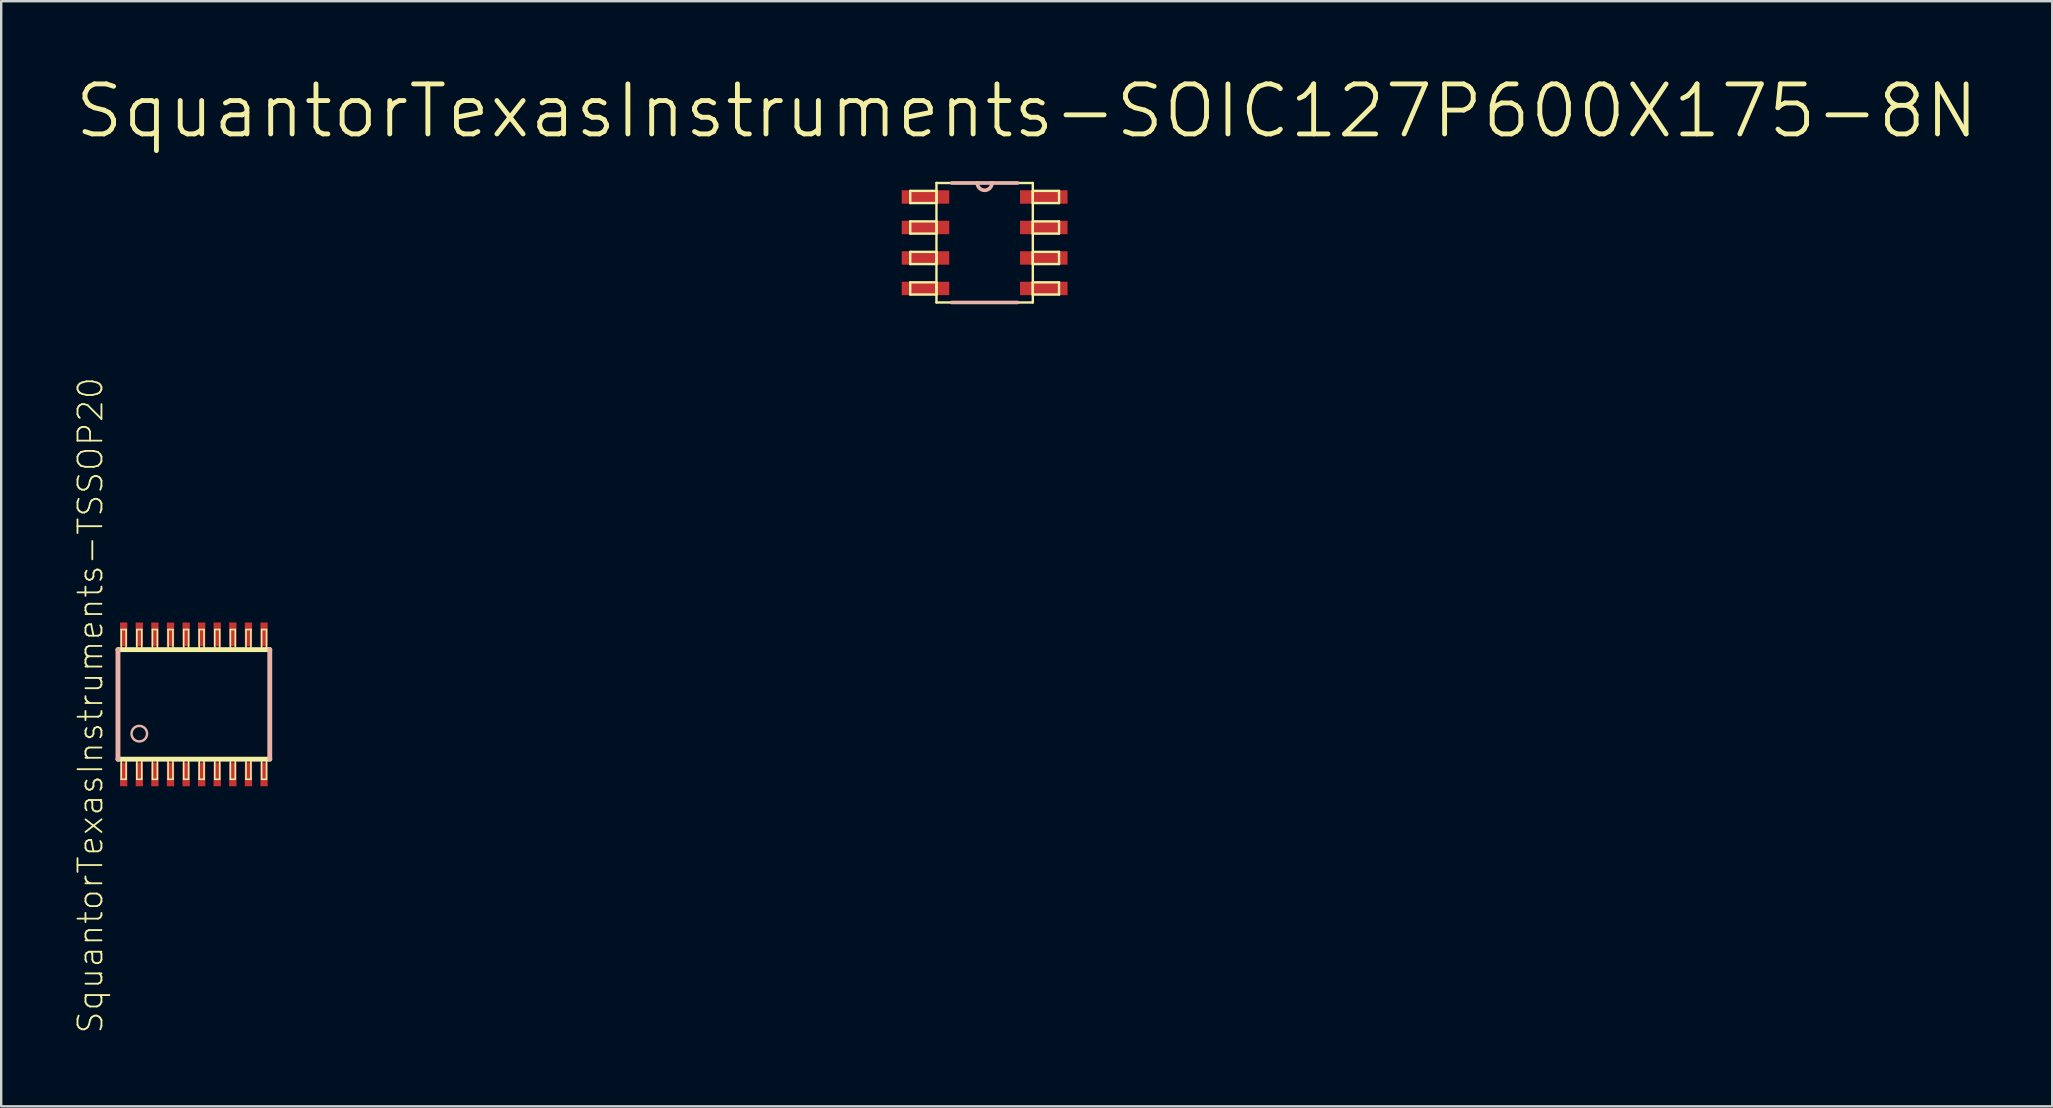
<source format=kicad_pcb>
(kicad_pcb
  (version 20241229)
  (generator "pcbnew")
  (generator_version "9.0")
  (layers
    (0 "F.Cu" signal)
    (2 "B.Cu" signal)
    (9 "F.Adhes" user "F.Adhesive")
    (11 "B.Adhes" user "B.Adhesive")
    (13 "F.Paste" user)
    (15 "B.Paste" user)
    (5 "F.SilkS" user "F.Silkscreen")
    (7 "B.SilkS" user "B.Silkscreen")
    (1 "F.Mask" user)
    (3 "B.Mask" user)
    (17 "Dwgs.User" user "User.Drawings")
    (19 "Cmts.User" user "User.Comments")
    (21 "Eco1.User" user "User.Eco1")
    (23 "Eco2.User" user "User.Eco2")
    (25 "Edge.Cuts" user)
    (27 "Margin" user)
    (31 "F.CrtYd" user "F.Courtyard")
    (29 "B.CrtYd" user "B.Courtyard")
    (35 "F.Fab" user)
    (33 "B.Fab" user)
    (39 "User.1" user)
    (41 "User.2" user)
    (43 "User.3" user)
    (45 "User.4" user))
  (footprint "SquantorTexasInstruments-TSSOP20"
    (layer "F.Cu")
    (at 5.026 26.293)
    (property "Reference" "SquantorTexasInstruments-TSSOP20" (at -4.308 0.038 90) (layer "F.SilkS") (effects (font (size 0.998 0.998) (thickness 0.076))))
    (attr smd)
    (fp_line (start -3.162 2.281) (end 3.162 2.281) (stroke (width 0.203) (type solid)) (layer "F.SilkS"))
    (fp_line (start -3.025 -3.119) (end -2.822 -3.119) (stroke (width 0.066) (type solid)) (layer "F.SilkS"))
    (fp_line (start -3.025 -2.281) (end -3.025 -3.119) (stroke (width 0.066) (type solid)) (layer "F.SilkS"))
    (fp_line (start -3.025 -2.281) (end -2.822 -2.281) (stroke (width 0.066) (type solid)) (layer "F.SilkS"))
    (fp_line (start -3.025 2.281) (end -2.822 2.281) (stroke (width 0.066) (type solid)) (layer "F.SilkS"))
    (fp_line (start -3.025 3.119) (end -3.025 2.281) (stroke (width 0.066) (type solid)) (layer "F.SilkS"))
    (fp_line (start -3.025 3.119) (end -2.822 3.119) (stroke (width 0.066) (type solid)) (layer "F.SilkS"))
    (fp_line (start -2.822 -2.281) (end -2.822 -3.119) (stroke (width 0.066) (type solid)) (layer "F.SilkS"))
    (fp_line (start -2.822 3.119) (end -2.822 2.281) (stroke (width 0.066) (type solid)) (layer "F.SilkS"))
    (fp_line (start -2.375 -3.119) (end -2.172 -3.119) (stroke (width 0.066) (type solid)) (layer "F.SilkS"))
    (fp_line (start -2.375 -2.281) (end -2.375 -3.119) (stroke (width 0.066) (type solid)) (layer "F.SilkS"))
    (fp_line (start -2.375 -2.281) (end -2.172 -2.281) (stroke (width 0.066) (type solid)) (layer "F.SilkS"))
    (fp_line (start -2.375 2.281) (end -2.172 2.281) (stroke (width 0.066) (type solid)) (layer "F.SilkS"))
    (fp_line (start -2.375 3.119) (end -2.375 2.281) (stroke (width 0.066) (type solid)) (layer "F.SilkS"))
    (fp_line (start -2.375 3.119) (end -2.172 3.119) (stroke (width 0.066) (type solid)) (layer "F.SilkS"))
    (fp_line (start -2.172 -2.281) (end -2.172 -3.119) (stroke (width 0.066) (type solid)) (layer "F.SilkS"))
    (fp_line (start -2.172 3.119) (end -2.172 2.281) (stroke (width 0.066) (type solid)) (layer "F.SilkS"))
    (fp_line (start -1.725 -3.119) (end -1.521 -3.119) (stroke (width 0.066) (type solid)) (layer "F.SilkS"))
    (fp_line (start -1.725 -2.281) (end -1.725 -3.119) (stroke (width 0.066) (type solid)) (layer "F.SilkS"))
    (fp_line (start -1.725 -2.281) (end -1.521 -2.281) (stroke (width 0.066) (type solid)) (layer "F.SilkS"))
    (fp_line (start -1.725 2.281) (end -1.521 2.281) (stroke (width 0.066) (type solid)) (layer "F.SilkS"))
    (fp_line (start -1.725 3.119) (end -1.725 2.281) (stroke (width 0.066) (type solid)) (layer "F.SilkS"))
    (fp_line (start -1.725 3.119) (end -1.521 3.119) (stroke (width 0.066) (type solid)) (layer "F.SilkS"))
    (fp_line (start -1.521 -2.281) (end -1.521 -3.119) (stroke (width 0.066) (type solid)) (layer "F.SilkS"))
    (fp_line (start -1.521 3.119) (end -1.521 2.281) (stroke (width 0.066) (type solid)) (layer "F.SilkS"))
    (fp_line (start -1.074 -3.119) (end -0.871 -3.119) (stroke (width 0.066) (type solid)) (layer "F.SilkS"))
    (fp_line (start -1.074 -2.281) (end -1.074 -3.119) (stroke (width 0.066) (type solid)) (layer "F.SilkS"))
    (fp_line (start -1.074 -2.281) (end -0.871 -2.281) (stroke (width 0.066) (type solid)) (layer "F.SilkS"))
    (fp_line (start -1.074 2.281) (end -0.871 2.281) (stroke (width 0.066) (type solid)) (layer "F.SilkS"))
    (fp_line (start -1.074 3.119) (end -1.074 2.281) (stroke (width 0.066) (type solid)) (layer "F.SilkS"))
    (fp_line (start -1.074 3.119) (end -0.871 3.119) (stroke (width 0.066) (type solid)) (layer "F.SilkS"))
    (fp_line (start -0.871 -2.281) (end -0.871 -3.119) (stroke (width 0.066) (type solid)) (layer "F.SilkS"))
    (fp_line (start -0.871 3.119) (end -0.871 2.281) (stroke (width 0.066) (type solid)) (layer "F.SilkS"))
    (fp_line (start -0.424 -3.119) (end -0.221 -3.119) (stroke (width 0.066) (type solid)) (layer "F.SilkS"))
    (fp_line (start -0.424 -2.281) (end -0.424 -3.119) (stroke (width 0.066) (type solid)) (layer "F.SilkS"))
    (fp_line (start -0.424 -2.281) (end -0.221 -2.281) (stroke (width 0.066) (type solid)) (layer "F.SilkS"))
    (fp_line (start -0.424 2.281) (end -0.221 2.281) (stroke (width 0.066) (type solid)) (layer "F.SilkS"))
    (fp_line (start -0.424 3.119) (end -0.424 2.281) (stroke (width 0.066) (type solid)) (layer "F.SilkS"))
    (fp_line (start -0.424 3.119) (end -0.221 3.119) (stroke (width 0.066) (type solid)) (layer "F.SilkS"))
    (fp_line (start -0.221 -2.281) (end -0.221 -3.119) (stroke (width 0.066) (type solid)) (layer "F.SilkS"))
    (fp_line (start -0.221 3.119) (end -0.221 2.281) (stroke (width 0.066) (type solid)) (layer "F.SilkS"))
    (fp_line (start 0.221 -3.119) (end 0.424 -3.119) (stroke (width 0.066) (type solid)) (layer "F.SilkS"))
    (fp_line (start 0.221 -2.281) (end 0.221 -3.119) (stroke (width 0.066) (type solid)) (layer "F.SilkS"))
    (fp_line (start 0.221 -2.281) (end 0.424 -2.281) (stroke (width 0.066) (type solid)) (layer "F.SilkS"))
    (fp_line (start 0.221 2.281) (end 0.424 2.281) (stroke (width 0.066) (type solid)) (layer "F.SilkS"))
    (fp_line (start 0.221 3.119) (end 0.221 2.281) (stroke (width 0.066) (type solid)) (layer "F.SilkS"))
    (fp_line (start 0.221 3.119) (end 0.424 3.119) (stroke (width 0.066) (type solid)) (layer "F.SilkS"))
    (fp_line (start 0.424 -2.281) (end 0.424 -3.119) (stroke (width 0.066) (type solid)) (layer "F.SilkS"))
    (fp_line (start 0.424 3.119) (end 0.424 2.281) (stroke (width 0.066) (type solid)) (layer "F.SilkS"))
    (fp_line (start 0.871 -3.119) (end 1.074 -3.119) (stroke (width 0.066) (type solid)) (layer "F.SilkS"))
    (fp_line (start 0.871 -2.281) (end 0.871 -3.119) (stroke (width 0.066) (type solid)) (layer "F.SilkS"))
    (fp_line (start 0.871 -2.281) (end 1.074 -2.281) (stroke (width 0.066) (type solid)) (layer "F.SilkS"))
    (fp_line (start 0.871 2.281) (end 1.074 2.281) (stroke (width 0.066) (type solid)) (layer "F.SilkS"))
    (fp_line (start 0.871 3.119) (end 0.871 2.281) (stroke (width 0.066) (type solid)) (layer "F.SilkS"))
    (fp_line (start 0.871 3.119) (end 1.074 3.119) (stroke (width 0.066) (type solid)) (layer "F.SilkS"))
    (fp_line (start 1.074 -2.281) (end 1.074 -3.119) (stroke (width 0.066) (type solid)) (layer "F.SilkS"))
    (fp_line (start 1.074 3.119) (end 1.074 2.281) (stroke (width 0.066) (type solid)) (layer "F.SilkS"))
    (fp_line (start 1.521 -3.119) (end 1.725 -3.119) (stroke (width 0.066) (type solid)) (layer "F.SilkS"))
    (fp_line (start 1.521 -2.281) (end 1.521 -3.119) (stroke (width 0.066) (type solid)) (layer "F.SilkS"))
    (fp_line (start 1.521 -2.281) (end 1.725 -2.281) (stroke (width 0.066) (type solid)) (layer "F.SilkS"))
    (fp_line (start 1.521 2.281) (end 1.725 2.281) (stroke (width 0.066) (type solid)) (layer "F.SilkS"))
    (fp_line (start 1.521 3.119) (end 1.521 2.281) (stroke (width 0.066) (type solid)) (layer "F.SilkS"))
    (fp_line (start 1.521 3.119) (end 1.725 3.119) (stroke (width 0.066) (type solid)) (layer "F.SilkS"))
    (fp_line (start 1.725 -2.281) (end 1.725 -3.119) (stroke (width 0.066) (type solid)) (layer "F.SilkS"))
    (fp_line (start 1.725 3.119) (end 1.725 2.281) (stroke (width 0.066) (type solid)) (layer "F.SilkS"))
    (fp_line (start 2.172 -3.119) (end 2.375 -3.119) (stroke (width 0.066) (type solid)) (layer "F.SilkS"))
    (fp_line (start 2.172 -2.281) (end 2.172 -3.119) (stroke (width 0.066) (type solid)) (layer "F.SilkS"))
    (fp_line (start 2.172 -2.281) (end 2.375 -2.281) (stroke (width 0.066) (type solid)) (layer "F.SilkS"))
    (fp_line (start 2.172 2.281) (end 2.375 2.281) (stroke (width 0.066) (type solid)) (layer "F.SilkS"))
    (fp_line (start 2.172 3.119) (end 2.172 2.281) (stroke (width 0.066) (type solid)) (layer "F.SilkS"))
    (fp_line (start 2.172 3.119) (end 2.375 3.119) (stroke (width 0.066) (type solid)) (layer "F.SilkS"))
    (fp_line (start 2.375 -2.281) (end 2.375 -3.119) (stroke (width 0.066) (type solid)) (layer "F.SilkS"))
    (fp_line (start 2.375 3.119) (end 2.375 2.281) (stroke (width 0.066) (type solid)) (layer "F.SilkS"))
    (fp_line (start 2.822 -3.119) (end 3.025 -3.119) (stroke (width 0.066) (type solid)) (layer "F.SilkS"))
    (fp_line (start 2.822 -2.281) (end 2.822 -3.119) (stroke (width 0.066) (type solid)) (layer "F.SilkS"))
    (fp_line (start 2.822 -2.281) (end 3.025 -2.281) (stroke (width 0.066) (type solid)) (layer "F.SilkS"))
    (fp_line (start 2.822 2.281) (end 3.025 2.281) (stroke (width 0.066) (type solid)) (layer "F.SilkS"))
    (fp_line (start 2.822 3.119) (end 2.822 2.281) (stroke (width 0.066) (type solid)) (layer "F.SilkS"))
    (fp_line (start 2.822 3.119) (end 3.025 3.119) (stroke (width 0.066) (type solid)) (layer "F.SilkS"))
    (fp_line (start 3.025 -2.281) (end 3.025 -3.119) (stroke (width 0.066) (type solid)) (layer "F.SilkS"))
    (fp_line (start 3.025 3.119) (end 3.025 2.281) (stroke (width 0.066) (type solid)) (layer "F.SilkS"))
    (fp_line (start 3.162 -2.281) (end -3.162 -2.281) (stroke (width 0.203) (type solid)) (layer "F.SilkS"))
    (fp_line (start -3.162 2.281) (end -3.162 -2.281) (stroke (width 0.203) (type solid)) (layer "B.SilkS"))
    (fp_line (start 3.162 -2.281) (end 3.162 2.281) (stroke (width 0.203) (type solid)) (layer "B.SilkS"))
    (fp_circle (center -2.273 1.219) (end -2.502 1.448) (stroke (width 0.102) (type solid)) (fill no) (layer "B.SilkS"))
    (pad "1" smd rect (at -2.924 2.916) (size 0.305 0.991) (layers "F.Cu" "F.Mask" "F.Paste"))
    (pad "2" smd rect (at -2.273 2.916) (size 0.305 0.991) (layers "F.Cu" "F.Mask" "F.Paste"))
    (pad "3" smd rect (at -1.623 2.916) (size 0.305 0.991) (layers "F.Cu" "F.Mask" "F.Paste"))
    (pad "4" smd rect (at -0.973 2.916) (size 0.305 0.991) (layers "F.Cu" "F.Mask" "F.Paste"))
    (pad "5" smd rect (at -0.323 2.916) (size 0.305 0.991) (layers "F.Cu" "F.Mask" "F.Paste"))
    (pad "6" smd rect (at 0.323 2.916) (size 0.305 0.991) (layers "F.Cu" "F.Mask" "F.Paste"))
    (pad "7" smd rect (at 0.973 2.916) (size 0.305 0.991) (layers "F.Cu" "F.Mask" "F.Paste"))
    (pad "8" smd rect (at 1.623 2.916) (size 0.305 0.991) (layers "F.Cu" "F.Mask" "F.Paste"))
    (pad "9" smd rect (at 2.273 2.916) (size 0.305 0.991) (layers "F.Cu" "F.Mask" "F.Paste"))
    (pad "10" smd rect (at 2.924 2.916) (size 0.305 0.991) (layers "F.Cu" "F.Mask" "F.Paste"))
    (pad "11" smd rect (at 2.924 -2.916) (size 0.305 0.991) (layers "F.Cu" "F.Mask" "F.Paste"))
    (pad "12" smd rect (at 2.273 -2.916) (size 0.305 0.991) (layers "F.Cu" "F.Mask" "F.Paste"))
    (pad "13" smd rect (at 1.623 -2.916) (size 0.305 0.991) (layers "F.Cu" "F.Mask" "F.Paste"))
    (pad "14" smd rect (at 0.973 -2.916) (size 0.305 0.991) (layers "F.Cu" "F.Mask" "F.Paste"))
    (pad "15" smd rect (at 0.323 -2.916) (size 0.305 0.991) (layers "F.Cu" "F.Mask" "F.Paste"))
    (pad "16" smd rect (at -0.323 -2.916) (size 0.305 0.991) (layers "F.Cu" "F.Mask" "F.Paste"))
    (pad "17" smd rect (at -0.973 -2.916) (size 0.305 0.991) (layers "F.Cu" "F.Mask" "F.Paste"))
    (pad "18" smd rect (at -1.623 -2.916) (size 0.305 0.991) (layers "F.Cu" "F.Mask" "F.Paste"))
    (pad "19" smd rect (at -2.273 -2.916) (size 0.305 0.991) (layers "F.Cu" "F.Mask" "F.Paste"))
    (pad "20" smd rect (at -2.924 -2.916) (size 0.305 0.991) (layers "F.Cu" "F.Mask" "F.Paste")))
  (footprint "SquantorTexasInstruments-SOIC127P600X175-8N"
    (layer "F.Cu")
    (at 37.967 7.061)
    (property "Reference" "SquantorTexasInstruments-SOIC127P600X175-8N" (at 1.753 -5.486 0) (layer "F.SilkS") (effects (font (size 2.083 2.083) (thickness 0.203))))
    (attr smd)
    (fp_line (start -3.099 -2.159) (end -3.099 -1.651) (stroke (width 0.1) (type solid)) (layer "F.SilkS"))
    (fp_line (start -3.099 -1.651) (end -2.007 -1.651) (stroke (width 0.1) (type solid)) (layer "F.SilkS"))
    (fp_line (start -3.099 -0.889) (end -3.099 -0.381) (stroke (width 0.1) (type solid)) (layer "F.SilkS"))
    (fp_line (start -3.099 -0.381) (end -2.007 -0.381) (stroke (width 0.1) (type solid)) (layer "F.SilkS"))
    (fp_line (start -3.099 0.381) (end -3.099 0.889) (stroke (width 0.1) (type solid)) (layer "F.SilkS"))
    (fp_line (start -3.099 0.889) (end -2.007 0.889) (stroke (width 0.1) (type solid)) (layer "F.SilkS"))
    (fp_line (start -3.099 1.651) (end -3.099 2.159) (stroke (width 0.1) (type solid)) (layer "F.SilkS"))
    (fp_line (start -3.099 2.159) (end -2.007 2.159) (stroke (width 0.1) (type solid)) (layer "F.SilkS"))
    (fp_line (start -2.007 -2.489) (end -2.007 2.489) (stroke (width 0.1) (type solid)) (layer "F.SilkS"))
    (fp_line (start -2.007 -2.159) (end -3.099 -2.159) (stroke (width 0.1) (type solid)) (layer "F.SilkS"))
    (fp_line (start -2.007 -1.651) (end -2.007 -2.159) (stroke (width 0.1) (type solid)) (layer "F.SilkS"))
    (fp_line (start -2.007 -0.889) (end -3.099 -0.889) (stroke (width 0.1) (type solid)) (layer "F.SilkS"))
    (fp_line (start -2.007 -0.381) (end -2.007 -0.889) (stroke (width 0.1) (type solid)) (layer "F.SilkS"))
    (fp_line (start -2.007 0.381) (end -3.099 0.381) (stroke (width 0.1) (type solid)) (layer "F.SilkS"))
    (fp_line (start -2.007 0.889) (end -2.007 0.381) (stroke (width 0.1) (type solid)) (layer "F.SilkS"))
    (fp_line (start -2.007 1.651) (end -3.099 1.651) (stroke (width 0.1) (type solid)) (layer "F.SilkS"))
    (fp_line (start -2.007 2.159) (end -2.007 1.651) (stroke (width 0.1) (type solid)) (layer "F.SilkS"))
    (fp_line (start -2.007 2.489) (end 2.007 2.489) (stroke (width 0.1) (type solid)) (layer "F.SilkS"))
    (fp_line (start -0.305 -2.489) (end -2.007 -2.489) (stroke (width 0.1) (type solid)) (layer "F.SilkS"))
    (fp_line (start 0.305 -2.489) (end -0.305 -2.489) (stroke (width 0.1) (type solid)) (layer "F.SilkS"))
    (fp_line (start 2.007 -2.489) (end 0.305 -2.489) (stroke (width 0.1) (type solid)) (layer "F.SilkS"))
    (fp_line (start 2.007 -2.159) (end 2.007 -1.651) (stroke (width 0.1) (type solid)) (layer "F.SilkS"))
    (fp_line (start 2.007 -1.651) (end 3.099 -1.651) (stroke (width 0.1) (type solid)) (layer "F.SilkS"))
    (fp_line (start 2.007 -0.889) (end 2.007 -0.381) (stroke (width 0.1) (type solid)) (layer "F.SilkS"))
    (fp_line (start 2.007 -0.381) (end 3.099 -0.381) (stroke (width 0.1) (type solid)) (layer "F.SilkS"))
    (fp_line (start 2.007 0.381) (end 2.007 0.889) (stroke (width 0.1) (type solid)) (layer "F.SilkS"))
    (fp_line (start 2.007 0.889) (end 3.099 0.889) (stroke (width 0.1) (type solid)) (layer "F.SilkS"))
    (fp_line (start 2.007 1.651) (end 2.007 2.159) (stroke (width 0.1) (type solid)) (layer "F.SilkS"))
    (fp_line (start 2.007 2.159) (end 3.099 2.159) (stroke (width 0.1) (type solid)) (layer "F.SilkS"))
    (fp_line (start 2.007 2.489) (end 2.007 -2.489) (stroke (width 0.1) (type solid)) (layer "F.SilkS"))
    (fp_line (start 3.099 -2.159) (end 2.007 -2.159) (stroke (width 0.1) (type solid)) (layer "F.SilkS"))
    (fp_line (start 3.099 -1.651) (end 3.099 -2.159) (stroke (width 0.1) (type solid)) (layer "F.SilkS"))
    (fp_line (start 3.099 -0.889) (end 2.007 -0.889) (stroke (width 0.1) (type solid)) (layer "F.SilkS"))
    (fp_line (start 3.099 -0.381) (end 3.099 -0.889) (stroke (width 0.1) (type solid)) (layer "F.SilkS"))
    (fp_line (start 3.099 0.381) (end 2.007 0.381) (stroke (width 0.1) (type solid)) (layer "F.SilkS"))
    (fp_line (start 3.099 0.889) (end 3.099 0.381) (stroke (width 0.1) (type solid)) (layer "F.SilkS"))
    (fp_line (start 3.099 1.651) (end 2.007 1.651) (stroke (width 0.1) (type solid)) (layer "F.SilkS"))
    (fp_line (start 3.099 2.159) (end 3.099 1.651) (stroke (width 0.1) (type solid)) (layer "F.SilkS"))
    (fp_arc (start 0.3048 -2.4892) (mid 0 -2.1844) (end -0.3048 -2.4892) (stroke (width 0.1) (type solid)) (layer "F.SilkS"))
    (fp_line (start -1.372 2.489) (end 1.372 2.489) (stroke (width 0.152) (type solid)) (layer "B.SilkS"))
    (fp_line (start -0.305 -2.489) (end -1.372 -2.489) (stroke (width 0.152) (type solid)) (layer "B.SilkS"))
    (fp_line (start 0.305 -2.489) (end -0.305 -2.489) (stroke (width 0.152) (type solid)) (layer "B.SilkS"))
    (fp_line (start 1.372 -2.489) (end 0.305 -2.489) (stroke (width 0.152) (type solid)) (layer "B.SilkS"))
    (fp_arc (start 0.3048 -2.4892) (mid 0 -2.1844) (end -0.3048 -2.4892) (stroke (width 0.1524) (type solid)) (layer "B.SilkS"))
    (pad "1" smd rect (at -2.464 -1.905) (size 1.981 0.559) (layers "F.Cu" "F.Mask" "F.Paste"))
    (pad "2" smd rect (at -2.464 -0.635) (size 1.981 0.559) (layers "F.Cu" "F.Mask" "F.Paste"))
    (pad "3" smd rect (at -2.464 0.635) (size 1.981 0.559) (layers "F.Cu" "F.Mask" "F.Paste"))
    (pad "4" smd rect (at -2.464 1.905) (size 1.981 0.559) (layers "F.Cu" "F.Mask" "F.Paste"))
    (pad "5" smd rect (at 2.464 1.905) (size 1.981 0.559) (layers "F.Cu" "F.Mask" "F.Paste"))
    (pad "6" smd rect (at 2.464 0.635) (size 1.981 0.559) (layers "F.Cu" "F.Mask" "F.Paste"))
    (pad "7" smd rect (at 2.464 -0.635) (size 1.981 0.559) (layers "F.Cu" "F.Mask" "F.Paste"))
    (pad "8" smd rect (at 2.464 -1.905) (size 1.981 0.559) (layers "F.Cu" "F.Mask" "F.Paste")))
  (gr_rect
    (start -3 -3)
    (end 82.439 43.036)
    (stroke (width 0.1) (type default))
    (fill no)
    (layer "Edge.Cuts")))
</source>
